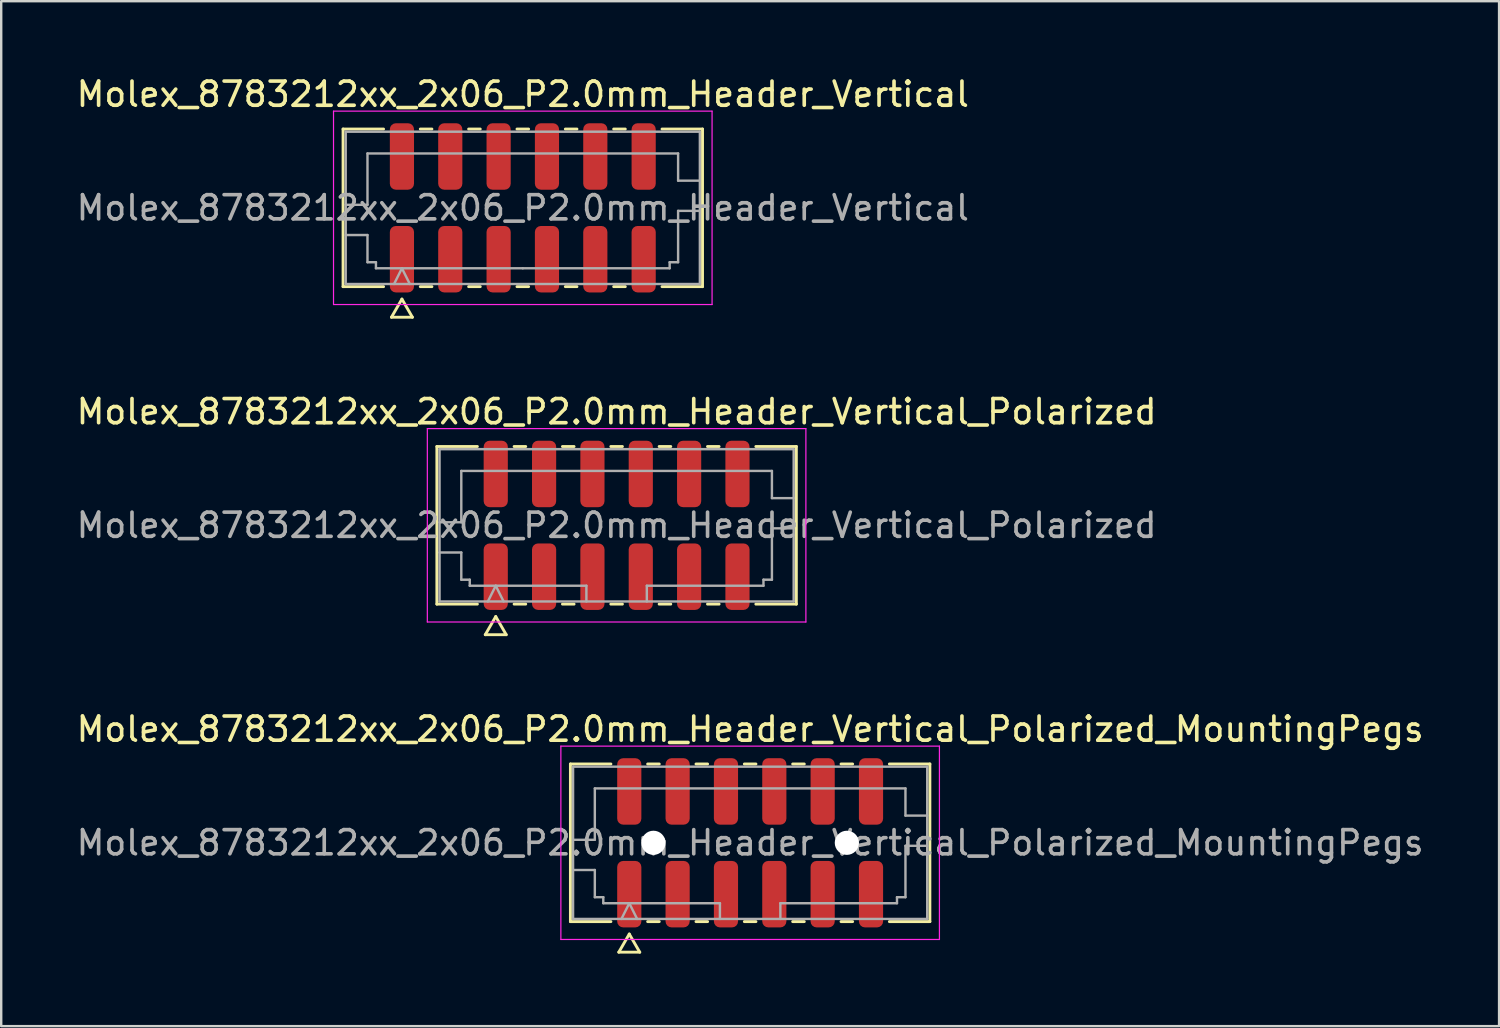
<source format=kicad_pcb>
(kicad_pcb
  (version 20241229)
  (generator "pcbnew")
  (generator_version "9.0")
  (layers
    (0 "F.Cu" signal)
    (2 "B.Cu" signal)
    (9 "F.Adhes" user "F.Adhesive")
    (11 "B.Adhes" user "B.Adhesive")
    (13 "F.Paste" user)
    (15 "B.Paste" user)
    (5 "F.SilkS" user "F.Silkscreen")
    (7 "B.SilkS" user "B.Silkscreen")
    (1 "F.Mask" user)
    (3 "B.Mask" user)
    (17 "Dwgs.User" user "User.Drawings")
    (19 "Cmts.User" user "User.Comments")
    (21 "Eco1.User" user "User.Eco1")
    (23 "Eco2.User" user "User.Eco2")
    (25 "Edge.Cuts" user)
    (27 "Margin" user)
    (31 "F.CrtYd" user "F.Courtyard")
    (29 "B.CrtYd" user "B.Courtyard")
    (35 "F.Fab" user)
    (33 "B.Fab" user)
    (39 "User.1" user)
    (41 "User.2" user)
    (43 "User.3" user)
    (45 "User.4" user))
  (footprint "Molex_8783212xx_2x06_P2.0mm_Header_Vertical"
    (layer "F.Cu")
    (at 18.577 5.548)
    (property "Reference" "Molex_8783212xx_2x06_P2.0mm_Header_Vertical" (at 0 -4.7 0) (layer "F.SilkS") (effects (font (size 1 1) (thickness 0.15))))
    (attr smd)
    (fp_line (start -7.435 -3.26) (end -5.76 -3.26) (stroke (width 0.12) (type solid)) (layer "F.SilkS"))
    (fp_line (start -7.435 3.26) (end -7.435 -3.26) (stroke (width 0.12) (type solid)) (layer "F.SilkS"))
    (fp_line (start -5.76 3.26) (end -7.435 3.26) (stroke (width 0.12) (type solid)) (layer "F.SilkS"))
    (fp_line (start -5.433 4.525) (end -5 3.775) (stroke (width 0.12) (type solid)) (layer "F.SilkS"))
    (fp_line (start -5 3.775) (end -4.567 4.525) (stroke (width 0.12) (type solid)) (layer "F.SilkS"))
    (fp_line (start -4.567 4.525) (end -5.433 4.525) (stroke (width 0.12) (type solid)) (layer "F.SilkS"))
    (fp_line (start -4.24 -3.26) (end -3.76 -3.26) (stroke (width 0.12) (type solid)) (layer "F.SilkS"))
    (fp_line (start -3.76 3.26) (end -4.24 3.26) (stroke (width 0.12) (type solid)) (layer "F.SilkS"))
    (fp_line (start -2.24 -3.26) (end -1.76 -3.26) (stroke (width 0.12) (type solid)) (layer "F.SilkS"))
    (fp_line (start -1.76 3.26) (end -2.24 3.26) (stroke (width 0.12) (type solid)) (layer "F.SilkS"))
    (fp_line (start -0.24 -3.26) (end 0.24 -3.26) (stroke (width 0.12) (type solid)) (layer "F.SilkS"))
    (fp_line (start 0.24 3.26) (end -0.24 3.26) (stroke (width 0.12) (type solid)) (layer "F.SilkS"))
    (fp_line (start 1.76 -3.26) (end 2.24 -3.26) (stroke (width 0.12) (type solid)) (layer "F.SilkS"))
    (fp_line (start 2.24 3.26) (end 1.76 3.26) (stroke (width 0.12) (type solid)) (layer "F.SilkS"))
    (fp_line (start 3.76 -3.26) (end 4.24 -3.26) (stroke (width 0.12) (type solid)) (layer "F.SilkS"))
    (fp_line (start 4.24 3.26) (end 3.76 3.26) (stroke (width 0.12) (type solid)) (layer "F.SilkS"))
    (fp_line (start 5.76 -3.26) (end 7.435 -3.26) (stroke (width 0.12) (type solid)) (layer "F.SilkS"))
    (fp_line (start 7.435 -3.26) (end 7.435 3.26) (stroke (width 0.12) (type solid)) (layer "F.SilkS"))
    (fp_line (start 7.435 3.26) (end 5.76 3.26) (stroke (width 0.12) (type solid)) (layer "F.SilkS"))
    (fp_line (start -7.83 -4) (end -7.83 4) (stroke (width 0.05) (type solid)) (layer "F.CrtYd"))
    (fp_line (start -7.83 4) (end 7.83 4) (stroke (width 0.05) (type solid)) (layer "F.CrtYd"))
    (fp_line (start 7.83 -4) (end -7.83 -4) (stroke (width 0.05) (type solid)) (layer "F.CrtYd"))
    (fp_line (start 7.83 4) (end 7.83 -4) (stroke (width 0.05) (type solid)) (layer "F.CrtYd"))
    (fp_line (start -7.325 -3.15) (end 7.325 -3.15) (stroke (width 0.1) (type solid)) (layer "F.Fab"))
    (fp_line (start -7.325 -0.125) (end -6.425 -0.125) (stroke (width 0.1) (type solid)) (layer "F.Fab"))
    (fp_line (start -7.325 1.125) (end -6.425 1.125) (stroke (width 0.1) (type solid)) (layer "F.Fab"))
    (fp_line (start -7.325 3.15) (end -7.325 -3.15) (stroke (width 0.1) (type solid)) (layer "F.Fab"))
    (fp_line (start -6.425 -2.25) (end 6.425 -2.25) (stroke (width 0.1) (type solid)) (layer "F.Fab"))
    (fp_line (start -6.425 -0.125) (end -6.425 -2.25) (stroke (width 0.1) (type solid)) (layer "F.Fab"))
    (fp_line (start -6.425 1.125) (end -6.425 2.25) (stroke (width 0.1) (type solid)) (layer "F.Fab"))
    (fp_line (start -6.425 2.25) (end -6.075 2.25) (stroke (width 0.1) (type solid)) (layer "F.Fab"))
    (fp_line (start -6.075 2.25) (end -6.075 2.5) (stroke (width 0.1) (type solid)) (layer "F.Fab"))
    (fp_line (start -6.075 2.5) (end 0 2.5) (stroke (width 0.1) (type solid)) (layer "F.Fab"))
    (fp_line (start -5.325 3.15) (end -5 2.5) (stroke (width 0.1) (type solid)) (layer "F.Fab"))
    (fp_line (start -5 2.5) (end -4.675 3.15) (stroke (width 0.1) (type solid)) (layer "F.Fab"))
    (fp_line (start 0 2.5) (end 6.075 2.5) (stroke (width 0.1) (type solid)) (layer "F.Fab"))
    (fp_line (start 6.075 2.25) (end 6.425 2.25) (stroke (width 0.1) (type solid)) (layer "F.Fab"))
    (fp_line (start 6.075 2.5) (end 6.075 2.25) (stroke (width 0.1) (type solid)) (layer "F.Fab"))
    (fp_line (start 6.425 -2.25) (end 6.425 -1.125) (stroke (width 0.1) (type solid)) (layer "F.Fab"))
    (fp_line (start 6.425 -1.125) (end 7.325 -1.125) (stroke (width 0.1) (type solid)) (layer "F.Fab"))
    (fp_line (start 6.425 0.125) (end 7.325 0.125) (stroke (width 0.1) (type solid)) (layer "F.Fab"))
    (fp_line (start 6.425 2.25) (end 6.425 0.125) (stroke (width 0.1) (type solid)) (layer "F.Fab"))
    (fp_line (start 7.325 -3.15) (end 7.325 3.15) (stroke (width 0.1) (type solid)) (layer "F.Fab"))
    (fp_line (start 7.325 3.15) (end -7.325 3.15) (stroke (width 0.1) (type solid)) (layer "F.Fab"))
    (fp_text user "${REFERENCE}" (at 0 0 0) (layer "F.Fab") (effects (font (size 1 1) (thickness 0.15))))
    (pad "1" smd roundrect (at -5 2.125) (size 1 2.75) (layers "F.Cu" "F.Mask" "F.Paste") (roundrect_rratio 0.25))
    (pad "2" smd roundrect (at -5 -2.125) (size 1 2.75) (layers "F.Cu" "F.Mask" "F.Paste") (roundrect_rratio 0.25))
    (pad "3" smd roundrect (at -3 2.125) (size 1 2.75) (layers "F.Cu" "F.Mask" "F.Paste") (roundrect_rratio 0.25))
    (pad "4" smd roundrect (at -3 -2.125) (size 1 2.75) (layers "F.Cu" "F.Mask" "F.Paste") (roundrect_rratio 0.25))
    (pad "5" smd roundrect (at -1 2.125) (size 1 2.75) (layers "F.Cu" "F.Mask" "F.Paste") (roundrect_rratio 0.25))
    (pad "6" smd roundrect (at -1 -2.125) (size 1 2.75) (layers "F.Cu" "F.Mask" "F.Paste") (roundrect_rratio 0.25))
    (pad "7" smd roundrect (at 1 2.125) (size 1 2.75) (layers "F.Cu" "F.Mask" "F.Paste") (roundrect_rratio 0.25))
    (pad "8" smd roundrect (at 1 -2.125) (size 1 2.75) (layers "F.Cu" "F.Mask" "F.Paste") (roundrect_rratio 0.25))
    (pad "9" smd roundrect (at 3 2.125) (size 1 2.75) (layers "F.Cu" "F.Mask" "F.Paste") (roundrect_rratio 0.25))
    (pad "10" smd roundrect (at 3 -2.125) (size 1 2.75) (layers "F.Cu" "F.Mask" "F.Paste") (roundrect_rratio 0.25))
    (pad "11" smd roundrect (at 5 2.125) (size 1 2.75) (layers "F.Cu" "F.Mask" "F.Paste") (roundrect_rratio 0.25))
    (pad "12" smd roundrect (at 5 -2.125) (size 1 2.75) (layers "F.Cu" "F.Mask" "F.Paste") (roundrect_rratio 0.25)))
  (footprint "Molex_8783212xx_2x06_P2.0mm_Header_Vertical_Polarized_MountingPegs"
    (layer "F.Cu")
    (at 27.982 31.815)
    (property "Reference" "Molex_8783212xx_2x06_P2.0mm_Header_Vertical_Polarized_MountingPegs" (at 0 -4.7 0) (layer "F.SilkS") (effects (font (size 1 1) (thickness 0.15))))
    (attr smd)
    (fp_line (start -7.435 -3.26) (end -5.76 -3.26) (stroke (width 0.12) (type solid)) (layer "F.SilkS"))
    (fp_line (start -7.435 3.26) (end -7.435 -3.26) (stroke (width 0.12) (type solid)) (layer "F.SilkS"))
    (fp_line (start -5.76 3.26) (end -7.435 3.26) (stroke (width 0.12) (type solid)) (layer "F.SilkS"))
    (fp_line (start -5.433 4.525) (end -5 3.775) (stroke (width 0.12) (type solid)) (layer "F.SilkS"))
    (fp_line (start -5 3.775) (end -4.567 4.525) (stroke (width 0.12) (type solid)) (layer "F.SilkS"))
    (fp_line (start -4.567 4.525) (end -5.433 4.525) (stroke (width 0.12) (type solid)) (layer "F.SilkS"))
    (fp_line (start -4.24 -3.26) (end -3.76 -3.26) (stroke (width 0.12) (type solid)) (layer "F.SilkS"))
    (fp_line (start -3.76 3.26) (end -4.24 3.26) (stroke (width 0.12) (type solid)) (layer "F.SilkS"))
    (fp_line (start -2.24 -3.26) (end -1.76 -3.26) (stroke (width 0.12) (type solid)) (layer "F.SilkS"))
    (fp_line (start -1.76 3.26) (end -2.24 3.26) (stroke (width 0.12) (type solid)) (layer "F.SilkS"))
    (fp_line (start -0.24 -3.26) (end 0.24 -3.26) (stroke (width 0.12) (type solid)) (layer "F.SilkS"))
    (fp_line (start 0.24 3.26) (end -0.24 3.26) (stroke (width 0.12) (type solid)) (layer "F.SilkS"))
    (fp_line (start 1.76 -3.26) (end 2.24 -3.26) (stroke (width 0.12) (type solid)) (layer "F.SilkS"))
    (fp_line (start 2.24 3.26) (end 1.76 3.26) (stroke (width 0.12) (type solid)) (layer "F.SilkS"))
    (fp_line (start 3.76 -3.26) (end 4.24 -3.26) (stroke (width 0.12) (type solid)) (layer "F.SilkS"))
    (fp_line (start 4.24 3.26) (end 3.76 3.26) (stroke (width 0.12) (type solid)) (layer "F.SilkS"))
    (fp_line (start 5.76 -3.26) (end 7.435 -3.26) (stroke (width 0.12) (type solid)) (layer "F.SilkS"))
    (fp_line (start 7.435 -3.26) (end 7.435 3.26) (stroke (width 0.12) (type solid)) (layer "F.SilkS"))
    (fp_line (start 7.435 3.26) (end 5.76 3.26) (stroke (width 0.12) (type solid)) (layer "F.SilkS"))
    (fp_line (start -7.83 -4) (end -7.83 4) (stroke (width 0.05) (type solid)) (layer "F.CrtYd"))
    (fp_line (start -7.83 4) (end 7.83 4) (stroke (width 0.05) (type solid)) (layer "F.CrtYd"))
    (fp_line (start 7.83 -4) (end -7.83 -4) (stroke (width 0.05) (type solid)) (layer "F.CrtYd"))
    (fp_line (start 7.83 4) (end 7.83 -4) (stroke (width 0.05) (type solid)) (layer "F.CrtYd"))
    (fp_line (start -7.325 -3.15) (end 7.325 -3.15) (stroke (width 0.1) (type solid)) (layer "F.Fab"))
    (fp_line (start -7.325 -0.125) (end -6.425 -0.125) (stroke (width 0.1) (type solid)) (layer "F.Fab"))
    (fp_line (start -7.325 1.125) (end -6.425 1.125) (stroke (width 0.1) (type solid)) (layer "F.Fab"))
    (fp_line (start -7.325 3.15) (end -7.325 -3.15) (stroke (width 0.1) (type solid)) (layer "F.Fab"))
    (fp_line (start -6.425 -2.25) (end 6.425 -2.25) (stroke (width 0.1) (type solid)) (layer "F.Fab"))
    (fp_line (start -6.425 -0.125) (end -6.425 -2.25) (stroke (width 0.1) (type solid)) (layer "F.Fab"))
    (fp_line (start -6.425 1.125) (end -6.425 2.25) (stroke (width 0.1) (type solid)) (layer "F.Fab"))
    (fp_line (start -6.425 2.25) (end -6.075 2.25) (stroke (width 0.1) (type solid)) (layer "F.Fab"))
    (fp_line (start -6.075 2.25) (end -6.075 2.5) (stroke (width 0.1) (type solid)) (layer "F.Fab"))
    (fp_line (start -6.075 2.5) (end -1.25 2.5) (stroke (width 0.1) (type solid)) (layer "F.Fab"))
    (fp_line (start -5.325 3.15) (end -5 2.5) (stroke (width 0.1) (type solid)) (layer "F.Fab"))
    (fp_line (start -5 2.5) (end -4.675 3.15) (stroke (width 0.1) (type solid)) (layer "F.Fab"))
    (fp_line (start -1.25 2.5) (end -1.25 3.15) (stroke (width 0.1) (type solid)) (layer "F.Fab"))
    (fp_line (start 1.25 2.5) (end 1.25 3.15) (stroke (width 0.1) (type solid)) (layer "F.Fab"))
    (fp_line (start 1.25 2.5) (end 6.075 2.5) (stroke (width 0.1) (type solid)) (layer "F.Fab"))
    (fp_line (start 6.075 2.25) (end 6.425 2.25) (stroke (width 0.1) (type solid)) (layer "F.Fab"))
    (fp_line (start 6.075 2.5) (end 6.075 2.25) (stroke (width 0.1) (type solid)) (layer "F.Fab"))
    (fp_line (start 6.425 -2.25) (end 6.425 -1.125) (stroke (width 0.1) (type solid)) (layer "F.Fab"))
    (fp_line (start 6.425 -1.125) (end 7.325 -1.125) (stroke (width 0.1) (type solid)) (layer "F.Fab"))
    (fp_line (start 6.425 0.125) (end 7.325 0.125) (stroke (width 0.1) (type solid)) (layer "F.Fab"))
    (fp_line (start 6.425 2.25) (end 6.425 0.125) (stroke (width 0.1) (type solid)) (layer "F.Fab"))
    (fp_line (start 7.325 -3.15) (end 7.325 3.15) (stroke (width 0.1) (type solid)) (layer "F.Fab"))
    (fp_line (start 7.325 3.15) (end -7.325 3.15) (stroke (width 0.1) (type solid)) (layer "F.Fab"))
    (fp_text user "${REFERENCE}" (at 0 0 0) (layer "F.Fab") (effects (font (size 1 1) (thickness 0.15))))
    (pad "" np_thru_hole circle (at -4 0) (size 1 1) (drill 1) (layers "*.Cu" "*.Mask"))
    (pad "" np_thru_hole circle (at 4 0) (size 1 1) (drill 1) (layers "*.Cu" "*.Mask"))
    (pad "1" smd roundrect (at -5 2.125) (size 1 2.75) (layers "F.Cu" "F.Mask" "F.Paste") (roundrect_rratio 0.25))
    (pad "2" smd roundrect (at -5 -2.125) (size 1 2.75) (layers "F.Cu" "F.Mask" "F.Paste") (roundrect_rratio 0.25))
    (pad "3" smd roundrect (at -3 2.125) (size 1 2.75) (layers "F.Cu" "F.Mask" "F.Paste") (roundrect_rratio 0.25))
    (pad "4" smd roundrect (at -3 -2.125) (size 1 2.75) (layers "F.Cu" "F.Mask" "F.Paste") (roundrect_rratio 0.25))
    (pad "5" smd roundrect (at -1 2.125) (size 1 2.75) (layers "F.Cu" "F.Mask" "F.Paste") (roundrect_rratio 0.25))
    (pad "6" smd roundrect (at -1 -2.125) (size 1 2.75) (layers "F.Cu" "F.Mask" "F.Paste") (roundrect_rratio 0.25))
    (pad "7" smd roundrect (at 1 2.125) (size 1 2.75) (layers "F.Cu" "F.Mask" "F.Paste") (roundrect_rratio 0.25))
    (pad "8" smd roundrect (at 1 -2.125) (size 1 2.75) (layers "F.Cu" "F.Mask" "F.Paste") (roundrect_rratio 0.25))
    (pad "9" smd roundrect (at 3 2.125) (size 1 2.75) (layers "F.Cu" "F.Mask" "F.Paste") (roundrect_rratio 0.25))
    (pad "10" smd roundrect (at 3 -2.125) (size 1 2.75) (layers "F.Cu" "F.Mask" "F.Paste") (roundrect_rratio 0.25))
    (pad "11" smd roundrect (at 5 2.125) (size 1 2.75) (layers "F.Cu" "F.Mask" "F.Paste") (roundrect_rratio 0.25))
    (pad "12" smd roundrect (at 5 -2.125) (size 1 2.75) (layers "F.Cu" "F.Mask" "F.Paste") (roundrect_rratio 0.25)))
  (footprint "Molex_8783212xx_2x06_P2.0mm_Header_Vertical_Polarized"
    (layer "F.Cu")
    (at 22.458 18.681)
    (property "Reference" "Molex_8783212xx_2x06_P2.0mm_Header_Vertical_Polarized" (at 0 -4.7 0) (layer "F.SilkS") (effects (font (size 1 1) (thickness 0.15))))
    (attr smd)
    (fp_line (start -7.435 -3.26) (end -5.76 -3.26) (stroke (width 0.12) (type solid)) (layer "F.SilkS"))
    (fp_line (start -7.435 3.26) (end -7.435 -3.26) (stroke (width 0.12) (type solid)) (layer "F.SilkS"))
    (fp_line (start -5.76 3.26) (end -7.435 3.26) (stroke (width 0.12) (type solid)) (layer "F.SilkS"))
    (fp_line (start -5.433 4.525) (end -5 3.775) (stroke (width 0.12) (type solid)) (layer "F.SilkS"))
    (fp_line (start -5 3.775) (end -4.567 4.525) (stroke (width 0.12) (type solid)) (layer "F.SilkS"))
    (fp_line (start -4.567 4.525) (end -5.433 4.525) (stroke (width 0.12) (type solid)) (layer "F.SilkS"))
    (fp_line (start -4.24 -3.26) (end -3.76 -3.26) (stroke (width 0.12) (type solid)) (layer "F.SilkS"))
    (fp_line (start -3.76 3.26) (end -4.24 3.26) (stroke (width 0.12) (type solid)) (layer "F.SilkS"))
    (fp_line (start -2.24 -3.26) (end -1.76 -3.26) (stroke (width 0.12) (type solid)) (layer "F.SilkS"))
    (fp_line (start -1.76 3.26) (end -2.24 3.26) (stroke (width 0.12) (type solid)) (layer "F.SilkS"))
    (fp_line (start -0.24 -3.26) (end 0.24 -3.26) (stroke (width 0.12) (type solid)) (layer "F.SilkS"))
    (fp_line (start 0.24 3.26) (end -0.24 3.26) (stroke (width 0.12) (type solid)) (layer "F.SilkS"))
    (fp_line (start 1.76 -3.26) (end 2.24 -3.26) (stroke (width 0.12) (type solid)) (layer "F.SilkS"))
    (fp_line (start 2.24 3.26) (end 1.76 3.26) (stroke (width 0.12) (type solid)) (layer "F.SilkS"))
    (fp_line (start 3.76 -3.26) (end 4.24 -3.26) (stroke (width 0.12) (type solid)) (layer "F.SilkS"))
    (fp_line (start 4.24 3.26) (end 3.76 3.26) (stroke (width 0.12) (type solid)) (layer "F.SilkS"))
    (fp_line (start 5.76 -3.26) (end 7.435 -3.26) (stroke (width 0.12) (type solid)) (layer "F.SilkS"))
    (fp_line (start 7.435 -3.26) (end 7.435 3.26) (stroke (width 0.12) (type solid)) (layer "F.SilkS"))
    (fp_line (start 7.435 3.26) (end 5.76 3.26) (stroke (width 0.12) (type solid)) (layer "F.SilkS"))
    (fp_line (start -7.83 -4) (end -7.83 4) (stroke (width 0.05) (type solid)) (layer "F.CrtYd"))
    (fp_line (start -7.83 4) (end 7.83 4) (stroke (width 0.05) (type solid)) (layer "F.CrtYd"))
    (fp_line (start 7.83 -4) (end -7.83 -4) (stroke (width 0.05) (type solid)) (layer "F.CrtYd"))
    (fp_line (start 7.83 4) (end 7.83 -4) (stroke (width 0.05) (type solid)) (layer "F.CrtYd"))
    (fp_line (start -7.325 -3.15) (end 7.325 -3.15) (stroke (width 0.1) (type solid)) (layer "F.Fab"))
    (fp_line (start -7.325 -0.125) (end -6.425 -0.125) (stroke (width 0.1) (type solid)) (layer "F.Fab"))
    (fp_line (start -7.325 1.125) (end -6.425 1.125) (stroke (width 0.1) (type solid)) (layer "F.Fab"))
    (fp_line (start -7.325 3.15) (end -7.325 -3.15) (stroke (width 0.1) (type solid)) (layer "F.Fab"))
    (fp_line (start -6.425 -2.25) (end 6.425 -2.25) (stroke (width 0.1) (type solid)) (layer "F.Fab"))
    (fp_line (start -6.425 -0.125) (end -6.425 -2.25) (stroke (width 0.1) (type solid)) (layer "F.Fab"))
    (fp_line (start -6.425 1.125) (end -6.425 2.25) (stroke (width 0.1) (type solid)) (layer "F.Fab"))
    (fp_line (start -6.425 2.25) (end -6.075 2.25) (stroke (width 0.1) (type solid)) (layer "F.Fab"))
    (fp_line (start -6.075 2.25) (end -6.075 2.5) (stroke (width 0.1) (type solid)) (layer "F.Fab"))
    (fp_line (start -6.075 2.5) (end -1.25 2.5) (stroke (width 0.1) (type solid)) (layer "F.Fab"))
    (fp_line (start -5.325 3.15) (end -5 2.5) (stroke (width 0.1) (type solid)) (layer "F.Fab"))
    (fp_line (start -5 2.5) (end -4.675 3.15) (stroke (width 0.1) (type solid)) (layer "F.Fab"))
    (fp_line (start -1.25 2.5) (end -1.25 3.15) (stroke (width 0.1) (type solid)) (layer "F.Fab"))
    (fp_line (start 1.25 2.5) (end 1.25 3.15) (stroke (width 0.1) (type solid)) (layer "F.Fab"))
    (fp_line (start 1.25 2.5) (end 6.075 2.5) (stroke (width 0.1) (type solid)) (layer "F.Fab"))
    (fp_line (start 6.075 2.25) (end 6.425 2.25) (stroke (width 0.1) (type solid)) (layer "F.Fab"))
    (fp_line (start 6.075 2.5) (end 6.075 2.25) (stroke (width 0.1) (type solid)) (layer "F.Fab"))
    (fp_line (start 6.425 -2.25) (end 6.425 -1.125) (stroke (width 0.1) (type solid)) (layer "F.Fab"))
    (fp_line (start 6.425 -1.125) (end 7.325 -1.125) (stroke (width 0.1) (type solid)) (layer "F.Fab"))
    (fp_line (start 6.425 0.125) (end 7.325 0.125) (stroke (width 0.1) (type solid)) (layer "F.Fab"))
    (fp_line (start 6.425 2.25) (end 6.425 0.125) (stroke (width 0.1) (type solid)) (layer "F.Fab"))
    (fp_line (start 7.325 -3.15) (end 7.325 3.15) (stroke (width 0.1) (type solid)) (layer "F.Fab"))
    (fp_line (start 7.325 3.15) (end -7.325 3.15) (stroke (width 0.1) (type solid)) (layer "F.Fab"))
    (fp_text user "${REFERENCE}" (at 0 0 0) (layer "F.Fab") (effects (font (size 1 1) (thickness 0.15))))
    (pad "1" smd roundrect (at -5 2.125) (size 1 2.75) (layers "F.Cu" "F.Mask" "F.Paste") (roundrect_rratio 0.25))
    (pad "2" smd roundrect (at -5 -2.125) (size 1 2.75) (layers "F.Cu" "F.Mask" "F.Paste") (roundrect_rratio 0.25))
    (pad "3" smd roundrect (at -3 2.125) (size 1 2.75) (layers "F.Cu" "F.Mask" "F.Paste") (roundrect_rratio 0.25))
    (pad "4" smd roundrect (at -3 -2.125) (size 1 2.75) (layers "F.Cu" "F.Mask" "F.Paste") (roundrect_rratio 0.25))
    (pad "5" smd roundrect (at -1 2.125) (size 1 2.75) (layers "F.Cu" "F.Mask" "F.Paste") (roundrect_rratio 0.25))
    (pad "6" smd roundrect (at -1 -2.125) (size 1 2.75) (layers "F.Cu" "F.Mask" "F.Paste") (roundrect_rratio 0.25))
    (pad "7" smd roundrect (at 1 2.125) (size 1 2.75) (layers "F.Cu" "F.Mask" "F.Paste") (roundrect_rratio 0.25))
    (pad "8" smd roundrect (at 1 -2.125) (size 1 2.75) (layers "F.Cu" "F.Mask" "F.Paste") (roundrect_rratio 0.25))
    (pad "9" smd roundrect (at 3 2.125) (size 1 2.75) (layers "F.Cu" "F.Mask" "F.Paste") (roundrect_rratio 0.25))
    (pad "10" smd roundrect (at 3 -2.125) (size 1 2.75) (layers "F.Cu" "F.Mask" "F.Paste") (roundrect_rratio 0.25))
    (pad "11" smd roundrect (at 5 2.125) (size 1 2.75) (layers "F.Cu" "F.Mask" "F.Paste") (roundrect_rratio 0.25))
    (pad "12" smd roundrect (at 5 -2.125) (size 1 2.75) (layers "F.Cu" "F.Mask" "F.Paste") (roundrect_rratio 0.25)))
  (gr_rect
    (start -3 -3)
    (end 58.964 39.4)
    (stroke (width 0.1) (type default))
    (fill no)
    (layer "Edge.Cuts")))
</source>
